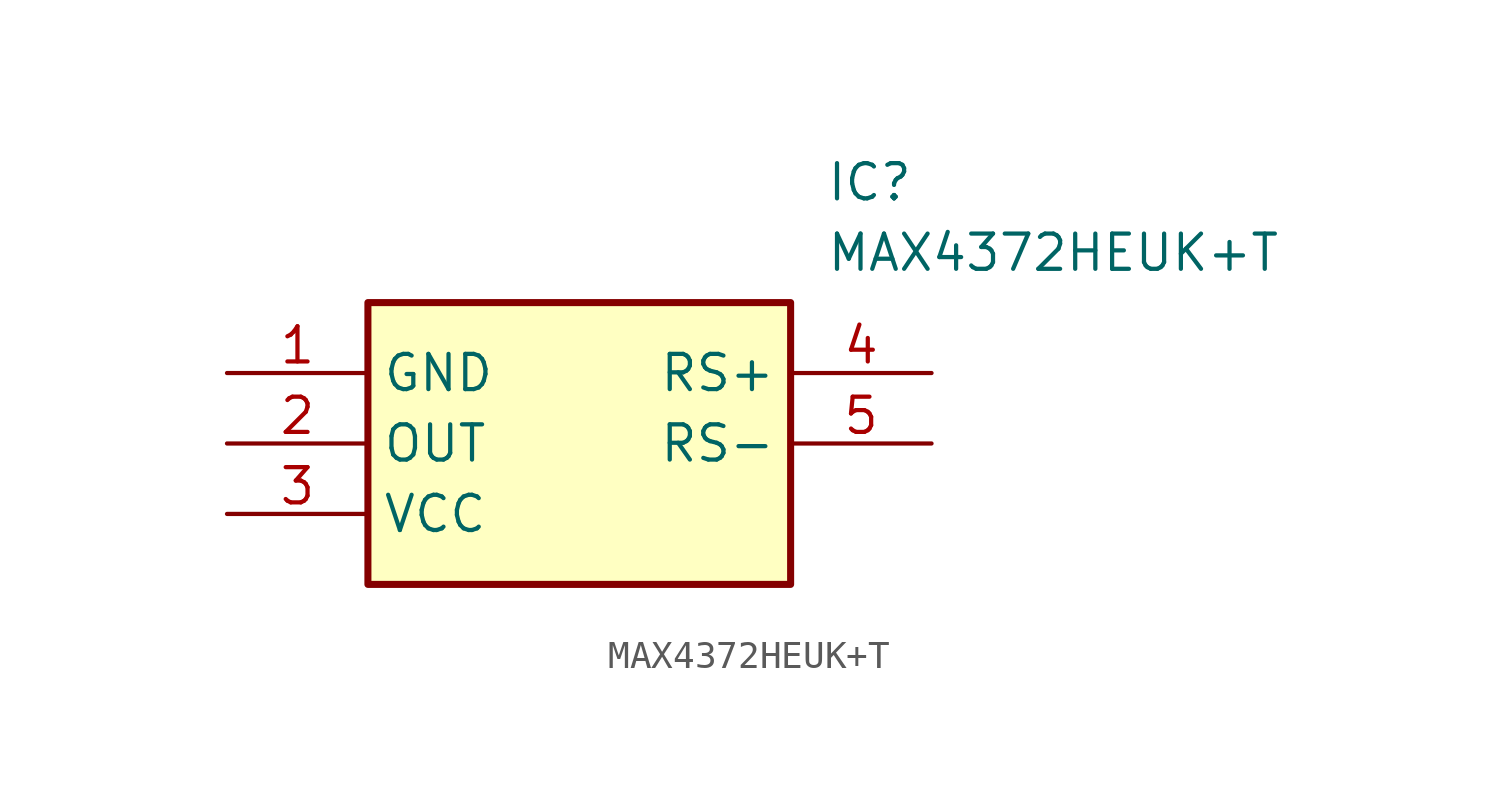
<source format=kicad_sym>
(kicad_symbol_lib
  (version 20211014)
  (generator SamacSys_ECAD_Model)
  (symbol "MAX4372HEUK+T"
    (property "Reference" "IC"
      (at 21.59 7.62 0)
      (effects (font (size 1.27 1.27)) (justify left top)))
    (property "Value" "MAX4372HEUK+T"
      (at 21.59 5.08 0)
      (effects (font (size 1.27 1.27)) (justify left top)))
    (rectangle
      (start 5.08 2.54)
      (end 20.32 -7.62)
      (stroke (width 0.254) (type default))
      (fill (type background)))
    (pin passive line
      (at 0 0 0)
      (length 5.08)
      (name "GND" (effects (font (size 1.27 1.27))))
      (number "1" (effects (font (size 1.27 1.27)))))
    (pin passive line
      (at 0 -2.54 0)
      (length 5.08)
      (name "OUT" (effects (font (size 1.27 1.27))))
      (number "2" (effects (font (size 1.27 1.27)))))
    (pin passive line
      (at 0 -5.08 0)
      (length 5.08)
      (name "VCC" (effects (font (size 1.27 1.27))))
      (number "3" (effects (font (size 1.27 1.27)))))
    (pin passive line
      (at 25.4 0 180)
      (length 5.08)
      (name "RS+" (effects (font (size 1.27 1.27))))
      (number "4" (effects (font (size 1.27 1.27)))))
    (pin passive line
      (at 25.4 -2.54 180)
      (length 5.08)
      (name "RS-" (effects (font (size 1.27 1.27))))
      (number "5" (effects (font (size 1.27 1.27)))))))
</source>
